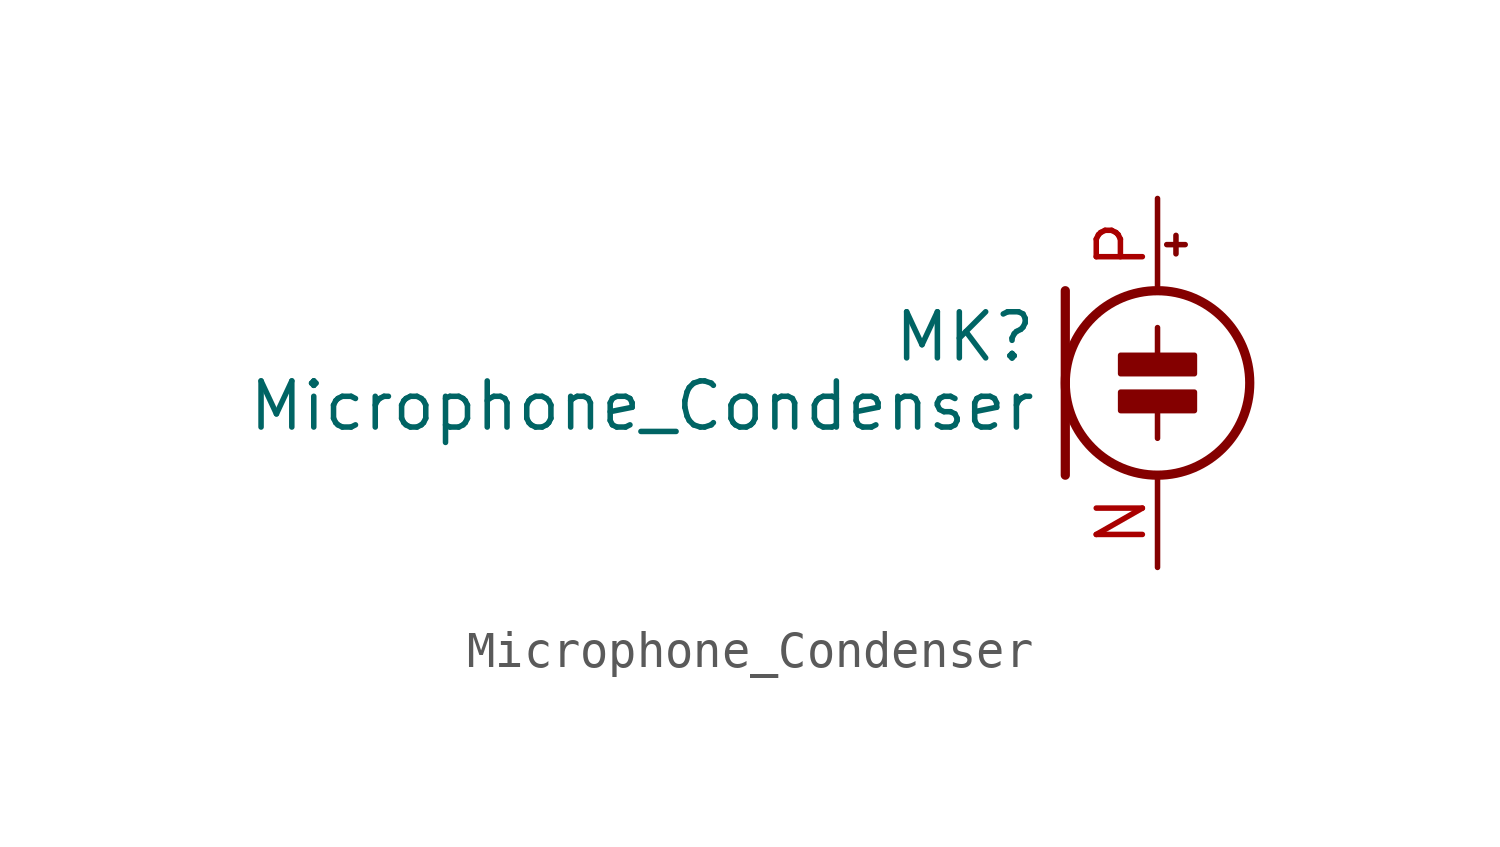
<source format=kicad_sym>
(kicad_symbol_lib
  (version 20231120)
  (generator "kicad_symbol_editor")
  (generator_version "8.0")
  (symbol "Microphone_Condenser"
    (pin_names
      (offset 0.025) hide)
    (property "Reference" "MK"
      (at -3.302 1.27 0)
      (effects (font (size 1.27 1.27)) (justify right)))
    (property "Value" "Microphone_Condenser"
      (at -3.302 -0.635 0)
      (effects (font (size 1.27 1.27)) (justify right)))
    (symbol "Microphone_Condenser_0_1"
      (polyline (pts (xy -2.54 2.54) (xy -2.54 -2.54)) (stroke (width 0.254) (type default)) (fill (type none)))
      (polyline (pts (xy 0 -0.762) (xy 0 -1.524)) (stroke (width 0) (type default)) (fill (type none)))
      (polyline (pts (xy 0 0.762) (xy 0 1.524)) (stroke (width 0) (type default)) (fill (type none)))
      (polyline (pts (xy 0.254 3.81) (xy 0.762 3.81)) (stroke (width 0) (type default)) (fill (type none)))
      (polyline (pts (xy 0.508 4.064) (xy 0.508 3.556)) (stroke (width 0) (type default)) (fill (type none)))
      (circle (center 0 0) (radius 2.54) (stroke (width 0.254) (type default)) (fill (type none)))
      (rectangle (start 1.016 -0.254) (end -1.016 -0.762) (stroke (width 0) (type default)) (fill (type outline)))
      (rectangle (start 1.016 0.762) (end -1.016 0.254) (stroke (width 0) (type default)) (fill (type outline))))
    (symbol "Microphone_Condenser_1_1"
      (pin passive line (at 0 -5.08 90) (length 2.54) (name "-" (effects (font (size 1.27 1.27)))) (number "N" (effects (font (size 1.27 1.27)))))
      (pin passive line (at 0 5.08 270) (length 2.54) (name "+" (effects (font (size 1.27 1.27)))) (number "P" (effects (font (size 1.27 1.27))))))))
</source>
